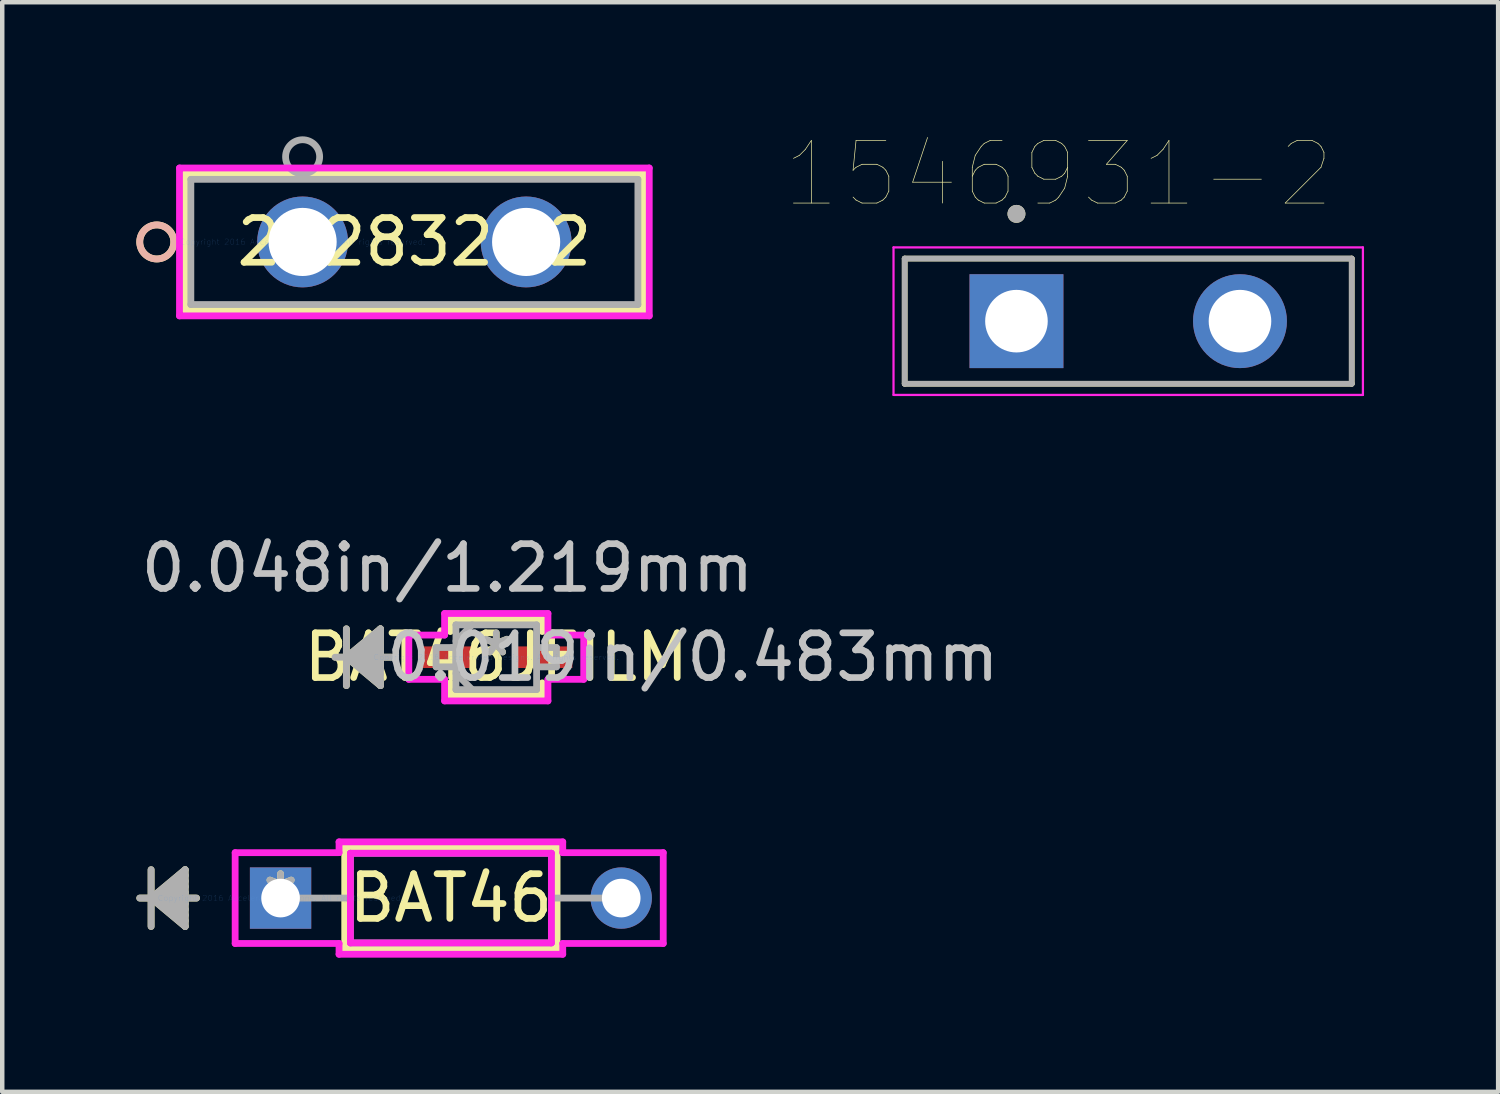
<source format=kicad_pcb>
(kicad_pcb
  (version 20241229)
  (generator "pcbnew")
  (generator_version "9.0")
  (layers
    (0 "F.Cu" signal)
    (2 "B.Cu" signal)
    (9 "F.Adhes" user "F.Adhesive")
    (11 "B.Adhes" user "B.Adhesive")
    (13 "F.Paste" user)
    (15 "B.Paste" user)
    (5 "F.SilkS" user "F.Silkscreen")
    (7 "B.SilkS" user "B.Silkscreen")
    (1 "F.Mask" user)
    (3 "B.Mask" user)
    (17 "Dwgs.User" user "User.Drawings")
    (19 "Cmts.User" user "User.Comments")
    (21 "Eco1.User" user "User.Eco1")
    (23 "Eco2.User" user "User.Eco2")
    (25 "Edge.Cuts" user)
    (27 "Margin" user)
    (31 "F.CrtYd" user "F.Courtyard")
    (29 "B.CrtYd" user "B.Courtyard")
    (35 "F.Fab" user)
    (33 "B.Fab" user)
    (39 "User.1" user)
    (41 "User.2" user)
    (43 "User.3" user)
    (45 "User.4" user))
  (footprint "282832-2"
    (layer "F.Cu")
    (at 3.719 2.362)
    (property "Reference" "282832-2" (at 2.5 0 0) (layer "F.SilkS") (effects (font (size 1 1) (thickness 0.15))))
    (attr through_hole)
    (fp_line (start -2.627 -1.527) (end -2.627 1.527) (stroke (width 0.152) (type solid)) (layer "F.SilkS"))
    (fp_line (start -2.627 1.527) (end 7.627 1.527) (stroke (width 0.152) (type solid)) (layer "F.SilkS"))
    (fp_line (start 7.627 -1.527) (end -2.627 -1.527) (stroke (width 0.152) (type solid)) (layer "F.SilkS"))
    (fp_line (start 7.627 1.527) (end 7.627 -1.527) (stroke (width 0.152) (type solid)) (layer "F.SilkS"))
    (fp_circle (center -3.262 0) (end -2.881 0) (stroke (width 0.152) (type solid)) (fill no) (layer "F.SilkS"))
    (fp_circle (center -3.262 0) (end -2.881 0) (stroke (width 0.152) (type solid)) (fill no) (layer "B.SilkS"))
    (fp_line (start -2.754 -1.654) (end -2.754 1.654) (stroke (width 0.152) (type solid)) (layer "F.CrtYd"))
    (fp_line (start -2.754 1.654) (end 7.754 1.654) (stroke (width 0.152) (type solid)) (layer "F.CrtYd"))
    (fp_line (start 7.754 -1.654) (end -2.754 -1.654) (stroke (width 0.152) (type solid)) (layer "F.CrtYd"))
    (fp_line (start 7.754 1.654) (end 7.754 -1.654) (stroke (width 0.152) (type solid)) (layer "F.CrtYd"))
    (fp_line (start -2.5 -1.4) (end -2.5 1.4) (stroke (width 0.152) (type solid)) (layer "F.Fab"))
    (fp_line (start -2.5 1.4) (end 7.5 1.4) (stroke (width 0.152) (type solid)) (layer "F.Fab"))
    (fp_line (start 7.5 -1.4) (end -2.5 -1.4) (stroke (width 0.152) (type solid)) (layer "F.Fab"))
    (fp_line (start 7.5 1.4) (end 7.5 -1.4) (stroke (width 0.152) (type solid)) (layer "F.Fab"))
    (fp_circle (center 0 -1.905) (end 0.381 -1.905) (stroke (width 0.152) (type solid)) (fill no) (layer "F.Fab"))
    (fp_text user "*" (at 0 0 0) (layer "F.SilkS") (effects (font (size 1 1) (thickness 0.15))))
    (fp_text user "Copyright 2016 Accelerated Designs. All rights reserved." (at 0 0 0) (layer "Cmts.User") (effects (font (size 0.127 0.127) (thickness 0.002))))
    (fp_text user "*" (at 0 0 0) (layer "F.Fab") (effects (font (size 1 1) (thickness 0.15))))
    (pad "1" thru_hole circle (at 0 0) (size 2.032 2.032) (drill 1.524) (layers "*.Cu" "*.Mask"))
    (pad "2" thru_hole circle (at 5 0) (size 2.032 2.032) (drill 1.524) (layers "*.Cu" "*.Mask")))
  (footprint "BAT46JFILM"
    (layer "F.Cu")
    (at 8.051 11.651)
    (property "Reference" "BAT46JFILM" (at 0 0 0) (layer "F.SilkS") (effects (font (size 1 1) (thickness 0.15))))
    (attr through_hole)
    (fp_line (start -3.353 -0.635) (end -3.353 0.635) (stroke (width 0.152) (type solid)) (layer "F.SilkS"))
    (fp_line (start -3.353 0) (end -2.591 -0.635) (stroke (width 0.152) (type solid)) (layer "F.SilkS"))
    (fp_line (start -3.353 0) (end -2.591 -0.508) (stroke (width 0.152) (type solid)) (layer "F.SilkS"))
    (fp_line (start -3.353 0) (end -2.591 -0.381) (stroke (width 0.152) (type solid)) (layer "F.SilkS"))
    (fp_line (start -3.353 0) (end -2.591 -0.254) (stroke (width 0.152) (type solid)) (layer "F.SilkS"))
    (fp_line (start -3.353 0) (end -2.591 -0.127) (stroke (width 0.152) (type solid)) (layer "F.SilkS"))
    (fp_line (start -3.353 0) (end -2.591 0.127) (stroke (width 0.152) (type solid)) (layer "F.SilkS"))
    (fp_line (start -3.353 0) (end -2.591 0.254) (stroke (width 0.152) (type solid)) (layer "F.SilkS"))
    (fp_line (start -3.353 0) (end -2.591 0.381) (stroke (width 0.152) (type solid)) (layer "F.SilkS"))
    (fp_line (start -3.353 0) (end -2.591 0.508) (stroke (width 0.152) (type solid)) (layer "F.SilkS"))
    (fp_line (start -3.353 0) (end -2.591 0.635) (stroke (width 0.152) (type solid)) (layer "F.SilkS"))
    (fp_line (start -2.591 -0.635) (end -2.591 0.635) (stroke (width 0.152) (type solid)) (layer "F.SilkS"))
    (fp_line (start -2.337 0) (end -3.607 0) (stroke (width 0.152) (type solid)) (layer "F.SilkS"))
    (fp_line (start -1.029 -0.851) (end -1.029 -0.574) (stroke (width 0.152) (type solid)) (layer "F.SilkS"))
    (fp_line (start -1.029 0.574) (end -1.029 0.851) (stroke (width 0.152) (type solid)) (layer "F.SilkS"))
    (fp_line (start -1.029 0.851) (end 1.029 0.851) (stroke (width 0.152) (type solid)) (layer "F.SilkS"))
    (fp_line (start 1.029 -0.851) (end -1.029 -0.851) (stroke (width 0.152) (type solid)) (layer "F.SilkS"))
    (fp_line (start 1.029 -0.574) (end 1.029 -0.851) (stroke (width 0.152) (type solid)) (layer "F.SilkS"))
    (fp_line (start 1.029 0.851) (end 1.029 0.574) (stroke (width 0.152) (type solid)) (layer "F.SilkS"))
    (fp_line (start -1.956 -0.495) (end -1.156 -0.495) (stroke (width 0.152) (type solid)) (layer "F.CrtYd"))
    (fp_line (start -1.956 0.495) (end -1.956 -0.495) (stroke (width 0.152) (type solid)) (layer "F.CrtYd"))
    (fp_line (start -1.156 -0.978) (end 1.156 -0.978) (stroke (width 0.152) (type solid)) (layer "F.CrtYd"))
    (fp_line (start -1.156 -0.495) (end -1.156 -0.978) (stroke (width 0.152) (type solid)) (layer "F.CrtYd"))
    (fp_line (start -1.156 0.495) (end -1.956 0.495) (stroke (width 0.152) (type solid)) (layer "F.CrtYd"))
    (fp_line (start -1.156 0.978) (end -1.156 0.495) (stroke (width 0.152) (type solid)) (layer "F.CrtYd"))
    (fp_line (start 1.156 -0.978) (end 1.156 -0.495) (stroke (width 0.152) (type solid)) (layer "F.CrtYd"))
    (fp_line (start 1.156 -0.495) (end 1.956 -0.495) (stroke (width 0.152) (type solid)) (layer "F.CrtYd"))
    (fp_line (start 1.156 0.495) (end 1.156 0.978) (stroke (width 0.152) (type solid)) (layer "F.CrtYd"))
    (fp_line (start 1.156 0.978) (end -1.156 0.978) (stroke (width 0.152) (type solid)) (layer "F.CrtYd"))
    (fp_line (start 1.956 -0.495) (end 1.956 0.495) (stroke (width 0.152) (type solid)) (layer "F.CrtYd"))
    (fp_line (start 1.956 0.495) (end 1.156 0.495) (stroke (width 0.152) (type solid)) (layer "F.CrtYd"))
    (fp_line (start -3.353 -0.635) (end -3.353 0.635) (stroke (width 0.152) (type solid)) (layer "F.Fab"))
    (fp_line (start -3.353 0) (end -2.591 -0.635) (stroke (width 0.152) (type solid)) (layer "F.Fab"))
    (fp_line (start -3.353 0) (end -2.591 -0.508) (stroke (width 0.152) (type solid)) (layer "F.Fab"))
    (fp_line (start -3.353 0) (end -2.591 -0.381) (stroke (width 0.152) (type solid)) (layer "F.Fab"))
    (fp_line (start -3.353 0) (end -2.591 -0.254) (stroke (width 0.152) (type solid)) (layer "F.Fab"))
    (fp_line (start -3.353 0) (end -2.591 -0.127) (stroke (width 0.152) (type solid)) (layer "F.Fab"))
    (fp_line (start -3.353 0) (end -2.591 0.127) (stroke (width 0.152) (type solid)) (layer "F.Fab"))
    (fp_line (start -3.353 0) (end -2.591 0.254) (stroke (width 0.152) (type solid)) (layer "F.Fab"))
    (fp_line (start -3.353 0) (end -2.591 0.381) (stroke (width 0.152) (type solid)) (layer "F.Fab"))
    (fp_line (start -3.353 0) (end -2.591 0.508) (stroke (width 0.152) (type solid)) (layer "F.Fab"))
    (fp_line (start -3.353 0) (end -2.591 0.635) (stroke (width 0.152) (type solid)) (layer "F.Fab"))
    (fp_line (start -2.591 -0.635) (end -2.591 0.635) (stroke (width 0.152) (type solid)) (layer "F.Fab"))
    (fp_line (start -2.337 0) (end -3.607 0) (stroke (width 0.152) (type solid)) (layer "F.Fab"))
    (fp_line (start -1.346 -0.216) (end -1.346 0.216) (stroke (width 0.152) (type solid)) (layer "F.Fab"))
    (fp_line (start -1.346 0.216) (end -0.902 0.216) (stroke (width 0.152) (type solid)) (layer "F.Fab"))
    (fp_line (start -0.902 -0.724) (end -0.902 0.724) (stroke (width 0.152) (type solid)) (layer "F.Fab"))
    (fp_line (start -0.902 -0.362) (end -0.54 -0.724) (stroke (width 0.152) (type solid)) (layer "F.Fab"))
    (fp_line (start -0.902 -0.216) (end -1.346 -0.216) (stroke (width 0.152) (type solid)) (layer "F.Fab"))
    (fp_line (start -0.902 0.216) (end -0.902 -0.216) (stroke (width 0.152) (type solid)) (layer "F.Fab"))
    (fp_line (start -0.902 0.362) (end -0.54 0.724) (stroke (width 0.152) (type solid)) (layer "F.Fab"))
    (fp_line (start -0.902 0.724) (end 0.902 0.724) (stroke (width 0.152) (type solid)) (layer "F.Fab"))
    (fp_line (start 0.902 -0.724) (end -0.902 -0.724) (stroke (width 0.152) (type solid)) (layer "F.Fab"))
    (fp_line (start 0.902 -0.216) (end 0.902 0.216) (stroke (width 0.152) (type solid)) (layer "F.Fab"))
    (fp_line (start 0.902 0.216) (end 1.346 0.216) (stroke (width 0.152) (type solid)) (layer "F.Fab"))
    (fp_line (start 0.902 0.724) (end 0.902 -0.724) (stroke (width 0.152) (type solid)) (layer "F.Fab"))
    (fp_line (start 1.346 -0.216) (end 0.902 -0.216) (stroke (width 0.152) (type solid)) (layer "F.Fab"))
    (fp_line (start 1.346 0.216) (end 1.346 -0.216) (stroke (width 0.152) (type solid)) (layer "F.Fab"))
    (fp_text user "*" (at 0 0 0) (layer "F.SilkS") (effects (font (size 1 1) (thickness 0.15))))
    (fp_text user "0.048in/1.219mm" (at -1.092 -1.994 0) (layer "Dwgs.User") (effects (font (size 1 1) (thickness 0.15))))
    (fp_text user "0.019in/0.483mm" (at 4.394 0 0) (layer "Dwgs.User") (effects (font (size 1 1) (thickness 0.15))))
    (fp_text user "Copyright 2016 Accelerated Designs. All rights reserved." (at 0 0 0) (layer "Cmts.User") (effects (font (size 0.127 0.127) (thickness 0.002))))
    (fp_text user "*" (at 0 0 0) (layer "F.Fab") (effects (font (size 1 1) (thickness 0.15))))
    (pad "1" smd rect (at -1.092 0) (size 1.219 0.483) (layers "F.Cu" "F.Mask" "F.Paste"))
    (pad "2" smd rect (at 1.092 0) (size 1.219 0.483) (layers "F.Cu" "F.Mask" "F.Paste")))
  (footprint "BAT46"
    (layer "F.Cu")
    (at 3.226 17.039)
    (property "Reference" "BAT46" (at 3.81 0 0) (layer "F.SilkS") (effects (font (size 1 1) (thickness 0.15))))
    (attr through_hole)
    (fp_line (start -2.896 -0.635) (end -2.896 0.635) (stroke (width 0.152) (type solid)) (layer "F.SilkS"))
    (fp_line (start -2.896 0) (end -2.134 -0.635) (stroke (width 0.152) (type solid)) (layer "F.SilkS"))
    (fp_line (start -2.896 0) (end -2.134 -0.508) (stroke (width 0.152) (type solid)) (layer "F.SilkS"))
    (fp_line (start -2.896 0) (end -2.134 -0.381) (stroke (width 0.152) (type solid)) (layer "F.SilkS"))
    (fp_line (start -2.896 0) (end -2.134 -0.254) (stroke (width 0.152) (type solid)) (layer "F.SilkS"))
    (fp_line (start -2.896 0) (end -2.134 -0.127) (stroke (width 0.152) (type solid)) (layer "F.SilkS"))
    (fp_line (start -2.896 0) (end -2.134 0.127) (stroke (width 0.152) (type solid)) (layer "F.SilkS"))
    (fp_line (start -2.896 0) (end -2.134 0.254) (stroke (width 0.152) (type solid)) (layer "F.SilkS"))
    (fp_line (start -2.896 0) (end -2.134 0.381) (stroke (width 0.152) (type solid)) (layer "F.SilkS"))
    (fp_line (start -2.896 0) (end -2.134 0.508) (stroke (width 0.152) (type solid)) (layer "F.SilkS"))
    (fp_line (start -2.896 0) (end -2.134 0.635) (stroke (width 0.152) (type solid)) (layer "F.SilkS"))
    (fp_line (start -2.134 -0.635) (end -2.134 0.635) (stroke (width 0.152) (type solid)) (layer "F.SilkS"))
    (fp_line (start -1.88 0) (end -3.15 0) (stroke (width 0.152) (type solid)) (layer "F.SilkS"))
    (fp_line (start 1.435 -1.13) (end 1.435 1.13) (stroke (width 0.152) (type solid)) (layer "F.SilkS"))
    (fp_line (start 1.435 1.13) (end 6.185 1.13) (stroke (width 0.152) (type solid)) (layer "F.SilkS"))
    (fp_line (start 6.185 -1.13) (end 1.435 -1.13) (stroke (width 0.152) (type solid)) (layer "F.SilkS"))
    (fp_line (start 6.185 1.13) (end 6.185 -1.13) (stroke (width 0.152) (type solid)) (layer "F.SilkS"))
    (fp_line (start -1.016 -1.016) (end 1.308 -1.016) (stroke (width 0.152) (type solid)) (layer "F.CrtYd"))
    (fp_line (start -1.016 1.016) (end -1.016 -1.016) (stroke (width 0.152) (type solid)) (layer "F.CrtYd"))
    (fp_line (start 1.308 -1.257) (end 6.312 -1.257) (stroke (width 0.152) (type solid)) (layer "F.CrtYd"))
    (fp_line (start 1.308 -1.016) (end 1.308 -1.257) (stroke (width 0.152) (type solid)) (layer "F.CrtYd"))
    (fp_line (start 1.308 1.016) (end -1.016 1.016) (stroke (width 0.152) (type solid)) (layer "F.CrtYd"))
    (fp_line (start 1.308 1.257) (end 1.308 1.016) (stroke (width 0.152) (type solid)) (layer "F.CrtYd"))
    (fp_line (start 1.562 -1.003) (end 6.058 -1.003) (stroke (width 0.152) (type solid)) (layer "F.CrtYd"))
    (fp_line (start 1.562 1.003) (end 1.562 -1.003) (stroke (width 0.152) (type solid)) (layer "F.CrtYd"))
    (fp_line (start 6.058 -1.003) (end 6.058 1.003) (stroke (width 0.152) (type solid)) (layer "F.CrtYd"))
    (fp_line (start 6.058 1.003) (end 1.562 1.003) (stroke (width 0.152) (type solid)) (layer "F.CrtYd"))
    (fp_line (start 6.312 -1.257) (end 6.312 -1.016) (stroke (width 0.152) (type solid)) (layer "F.CrtYd"))
    (fp_line (start 6.312 -1.016) (end 8.56 -1.016) (stroke (width 0.152) (type solid)) (layer "F.CrtYd"))
    (fp_line (start 6.312 1.016) (end 6.312 1.257) (stroke (width 0.152) (type solid)) (layer "F.CrtYd"))
    (fp_line (start 6.312 1.257) (end 1.308 1.257) (stroke (width 0.152) (type solid)) (layer "F.CrtYd"))
    (fp_line (start 8.56 -1.016) (end 8.56 1.016) (stroke (width 0.152) (type solid)) (layer "F.CrtYd"))
    (fp_line (start 8.56 1.016) (end 6.312 1.016) (stroke (width 0.152) (type solid)) (layer "F.CrtYd"))
    (fp_line (start -2.896 -0.635) (end -2.896 0.635) (stroke (width 0.152) (type solid)) (layer "F.Fab"))
    (fp_line (start -2.896 0) (end -2.134 -0.635) (stroke (width 0.152) (type solid)) (layer "F.Fab"))
    (fp_line (start -2.896 0) (end -2.134 -0.508) (stroke (width 0.152) (type solid)) (layer "F.Fab"))
    (fp_line (start -2.896 0) (end -2.134 -0.381) (stroke (width 0.152) (type solid)) (layer "F.Fab"))
    (fp_line (start -2.896 0) (end -2.134 -0.254) (stroke (width 0.152) (type solid)) (layer "F.Fab"))
    (fp_line (start -2.896 0) (end -2.134 -0.127) (stroke (width 0.152) (type solid)) (layer "F.Fab"))
    (fp_line (start -2.896 0) (end -2.134 0.127) (stroke (width 0.152) (type solid)) (layer "F.Fab"))
    (fp_line (start -2.896 0) (end -2.134 0.254) (stroke (width 0.152) (type solid)) (layer "F.Fab"))
    (fp_line (start -2.896 0) (end -2.134 0.381) (stroke (width 0.152) (type solid)) (layer "F.Fab"))
    (fp_line (start -2.896 0) (end -2.134 0.508) (stroke (width 0.152) (type solid)) (layer "F.Fab"))
    (fp_line (start -2.896 0) (end -2.134 0.635) (stroke (width 0.152) (type solid)) (layer "F.Fab"))
    (fp_line (start -2.134 -0.635) (end -2.134 0.635) (stroke (width 0.152) (type solid)) (layer "F.Fab"))
    (fp_line (start -1.88 0) (end -3.15 0) (stroke (width 0.152) (type solid)) (layer "F.Fab"))
    (fp_line (start 0 0) (end 1.562 0) (stroke (width 0.152) (type solid)) (layer "F.Fab"))
    (fp_line (start 1.562 -1.003) (end 1.562 1.003) (stroke (width 0.152) (type solid)) (layer "F.Fab"))
    (fp_line (start 1.562 1.003) (end 6.058 1.003) (stroke (width 0.152) (type solid)) (layer "F.Fab"))
    (fp_line (start 6.058 -1.003) (end 1.562 -1.003) (stroke (width 0.152) (type solid)) (layer "F.Fab"))
    (fp_line (start 6.058 1.003) (end 6.058 -1.003) (stroke (width 0.152) (type solid)) (layer "F.Fab"))
    (fp_line (start 7.62 0) (end 6.058 0) (stroke (width 0.152) (type solid)) (layer "F.Fab"))
    (fp_text user "*" (at 0 0 0) (layer "F.SilkS") (effects (font (size 1 1) (thickness 0.15))))
    (fp_text user "Copyright 2016 Accelerated Designs. All rights reserved." (at 0 0 0) (layer "Cmts.User") (effects (font (size 0.127 0.127) (thickness 0.002))))
    (fp_text user "*" (at 0 0 0) (layer "F.Fab") (effects (font (size 1 1) (thickness 0.15))))
    (pad "1" thru_hole rect (at 0 0) (size 1.372 1.372) (drill 0.864) (layers "*.Cu" "*.Mask"))
    (pad "2" thru_hole circle (at 7.62 0) (size 1.372 1.372) (drill 0.864) (layers "*.Cu" "*.Mask")))
  (footprint "1546931-2"
    (layer "F.Cu")
    (at 22.187 4.134)
    (property "Reference" "1546931-2" (at -1.555 -3.289 0) (layer "F.SilkS") (effects (font (size 1.4 1.4) (thickness 0.015))))
    (attr through_hole)
    (fp_line (start -5 -1.4) (end 5 -1.4) (stroke (width 0.127) (type solid)) (layer "F.SilkS"))
    (fp_line (start -5 1.4) (end -5 -1.4) (stroke (width 0.127) (type solid)) (layer "F.SilkS"))
    (fp_line (start 5 -1.4) (end 5 1.4) (stroke (width 0.127) (type solid)) (layer "F.SilkS"))
    (fp_line (start 5 1.4) (end -5 1.4) (stroke (width 0.127) (type solid)) (layer "F.SilkS"))
    (fp_circle (center -2.5 -2.4) (end -2.4 -2.4) (stroke (width 0.2) (type solid)) (fill no) (layer "F.SilkS"))
    (fp_line (start -5.25 -1.65) (end 5.25 -1.65) (stroke (width 0.05) (type solid)) (layer "F.CrtYd"))
    (fp_line (start -5.25 1.65) (end -5.25 -1.65) (stroke (width 0.05) (type solid)) (layer "F.CrtYd"))
    (fp_line (start 5.25 -1.65) (end 5.25 1.65) (stroke (width 0.05) (type solid)) (layer "F.CrtYd"))
    (fp_line (start 5.25 1.65) (end -5.25 1.65) (stroke (width 0.05) (type solid)) (layer "F.CrtYd"))
    (fp_line (start -5 -1.4) (end 5 -1.4) (stroke (width 0.127) (type solid)) (layer "F.Fab"))
    (fp_line (start -5 1.4) (end -5 -1.4) (stroke (width 0.127) (type solid)) (layer "F.Fab"))
    (fp_line (start 5 -1.4) (end 5 1.4) (stroke (width 0.127) (type solid)) (layer "F.Fab"))
    (fp_line (start 5 1.4) (end -5 1.4) (stroke (width 0.127) (type solid)) (layer "F.Fab"))
    (fp_circle (center -2.5 -2.4) (end -2.4 -2.4) (stroke (width 0.2) (type solid)) (fill no) (layer "F.Fab"))
    (pad "1" thru_hole rect (at -2.5 0) (size 2.1 2.1) (drill 1.4) (layers "*.Cu" "*.Mask"))
    (pad "2" thru_hole circle (at 2.5 0) (size 2.1 2.1) (drill 1.4) (layers "*.Cu" "*.Mask")))
  (gr_rect
    (start -3 -3)
    (end 30.462 21.373)
    (stroke (width 0.1) (type default))
    (fill no)
    (layer "Edge.Cuts")))
</source>
